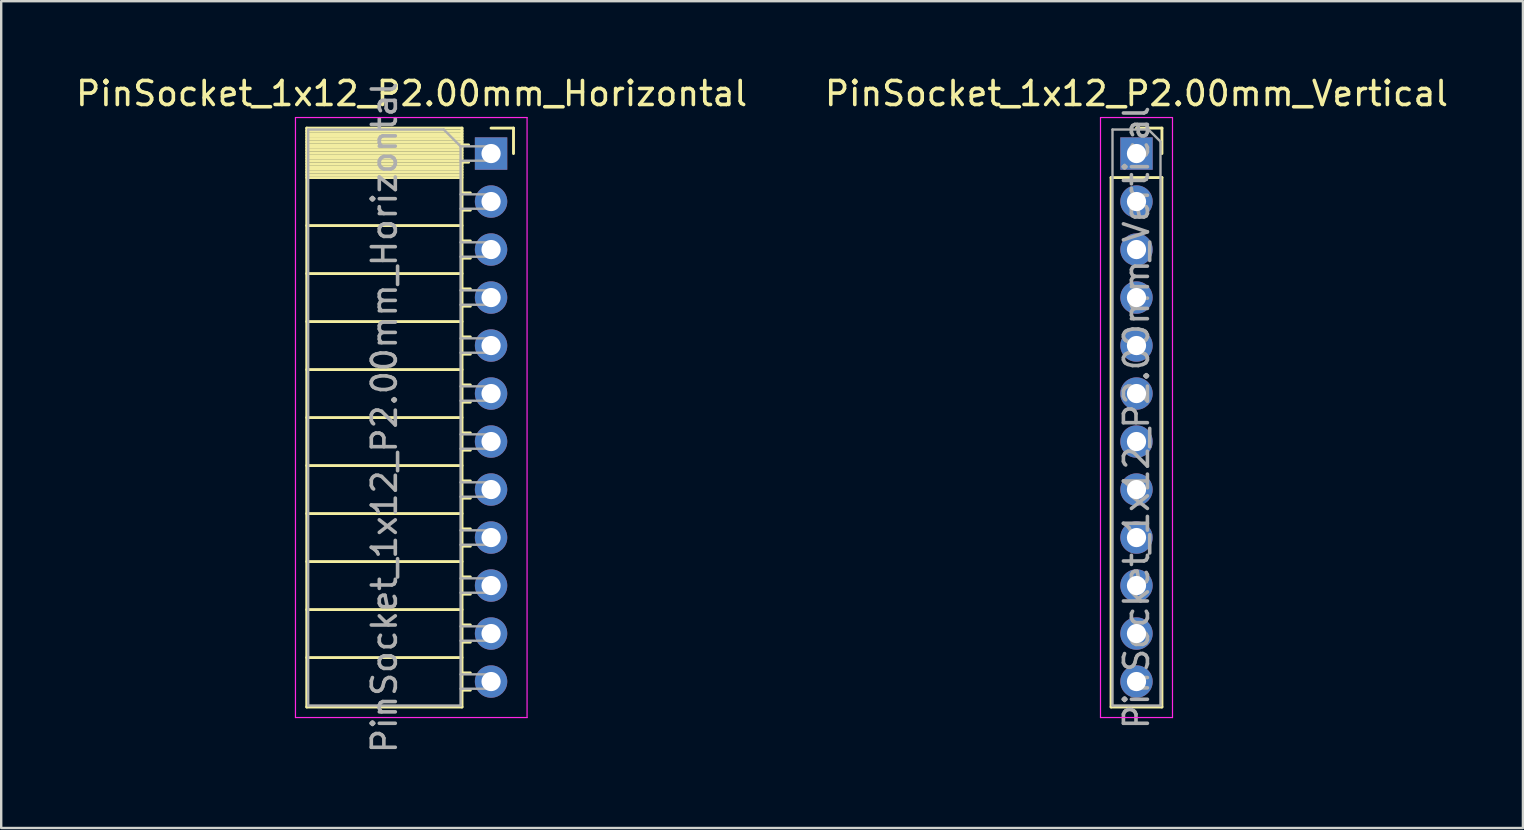
<source format=kicad_pcb>
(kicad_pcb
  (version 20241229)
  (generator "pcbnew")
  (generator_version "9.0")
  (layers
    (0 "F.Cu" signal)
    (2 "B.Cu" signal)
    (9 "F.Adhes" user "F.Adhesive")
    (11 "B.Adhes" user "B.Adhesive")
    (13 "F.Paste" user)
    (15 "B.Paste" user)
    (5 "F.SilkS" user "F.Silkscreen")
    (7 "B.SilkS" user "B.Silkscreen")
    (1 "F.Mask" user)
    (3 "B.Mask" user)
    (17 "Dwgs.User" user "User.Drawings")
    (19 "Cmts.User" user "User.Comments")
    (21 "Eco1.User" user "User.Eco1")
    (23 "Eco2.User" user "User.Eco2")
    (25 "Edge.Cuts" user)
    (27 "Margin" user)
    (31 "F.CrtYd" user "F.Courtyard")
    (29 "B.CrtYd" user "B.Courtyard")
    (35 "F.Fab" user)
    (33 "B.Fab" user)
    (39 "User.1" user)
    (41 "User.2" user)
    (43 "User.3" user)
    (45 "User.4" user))
  (footprint "PinSocket_1x12_P2.00mm_Horizontal"
    (layer "F.Cu")
    (at 17.411 3.348)
    (property "Reference" "PinSocket_1x12_P2.00mm_Horizontal" (at -3.31 -2.5 0) (layer "F.SilkS") (effects (font (size 1 1) (thickness 0.15))))
    (attr through_hole)
    (fp_line (start -7.68 -1.06) (end -7.68 23.06) (stroke (width 0.12) (type solid)) (layer "F.SilkS"))
    (fp_line (start -7.68 -1.06) (end -1.21 -1.06) (stroke (width 0.12) (type solid)) (layer "F.SilkS"))
    (fp_line (start -7.68 -0.94) (end -1.21 -0.94) (stroke (width 0.12) (type solid)) (layer "F.SilkS"))
    (fp_line (start -7.68 -0.826) (end -1.21 -0.826) (stroke (width 0.12) (type solid)) (layer "F.SilkS"))
    (fp_line (start -7.68 -0.712) (end -1.21 -0.712) (stroke (width 0.12) (type solid)) (layer "F.SilkS"))
    (fp_line (start -7.68 -0.598) (end -1.21 -0.598) (stroke (width 0.12) (type solid)) (layer "F.SilkS"))
    (fp_line (start -7.68 -0.484) (end -1.21 -0.484) (stroke (width 0.12) (type solid)) (layer "F.SilkS"))
    (fp_line (start -7.68 -0.369) (end -1.21 -0.369) (stroke (width 0.12) (type solid)) (layer "F.SilkS"))
    (fp_line (start -7.68 -0.255) (end -1.21 -0.255) (stroke (width 0.12) (type solid)) (layer "F.SilkS"))
    (fp_line (start -7.68 -0.141) (end -1.21 -0.141) (stroke (width 0.12) (type solid)) (layer "F.SilkS"))
    (fp_line (start -7.68 -0.027) (end -1.21 -0.027) (stroke (width 0.12) (type solid)) (layer "F.SilkS"))
    (fp_line (start -7.68 0.087) (end -1.21 0.087) (stroke (width 0.12) (type solid)) (layer "F.SilkS"))
    (fp_line (start -7.68 0.201) (end -1.21 0.201) (stroke (width 0.12) (type solid)) (layer "F.SilkS"))
    (fp_line (start -7.68 0.315) (end -1.21 0.315) (stroke (width 0.12) (type solid)) (layer "F.SilkS"))
    (fp_line (start -7.68 0.429) (end -1.21 0.429) (stroke (width 0.12) (type solid)) (layer "F.SilkS"))
    (fp_line (start -7.68 0.544) (end -1.21 0.544) (stroke (width 0.12) (type solid)) (layer "F.SilkS"))
    (fp_line (start -7.68 0.658) (end -1.21 0.658) (stroke (width 0.12) (type solid)) (layer "F.SilkS"))
    (fp_line (start -7.68 0.772) (end -1.21 0.772) (stroke (width 0.12) (type solid)) (layer "F.SilkS"))
    (fp_line (start -7.68 0.886) (end -1.21 0.886) (stroke (width 0.12) (type solid)) (layer "F.SilkS"))
    (fp_line (start -7.68 1) (end -1.21 1) (stroke (width 0.12) (type solid)) (layer "F.SilkS"))
    (fp_line (start -7.68 3) (end -1.21 3) (stroke (width 0.12) (type solid)) (layer "F.SilkS"))
    (fp_line (start -7.68 5) (end -1.21 5) (stroke (width 0.12) (type solid)) (layer "F.SilkS"))
    (fp_line (start -7.68 7) (end -1.21 7) (stroke (width 0.12) (type solid)) (layer "F.SilkS"))
    (fp_line (start -7.68 9) (end -1.21 9) (stroke (width 0.12) (type solid)) (layer "F.SilkS"))
    (fp_line (start -7.68 11) (end -1.21 11) (stroke (width 0.12) (type solid)) (layer "F.SilkS"))
    (fp_line (start -7.68 13) (end -1.21 13) (stroke (width 0.12) (type solid)) (layer "F.SilkS"))
    (fp_line (start -7.68 15) (end -1.21 15) (stroke (width 0.12) (type solid)) (layer "F.SilkS"))
    (fp_line (start -7.68 17) (end -1.21 17) (stroke (width 0.12) (type solid)) (layer "F.SilkS"))
    (fp_line (start -7.68 19) (end -1.21 19) (stroke (width 0.12) (type solid)) (layer "F.SilkS"))
    (fp_line (start -7.68 21) (end -1.21 21) (stroke (width 0.12) (type solid)) (layer "F.SilkS"))
    (fp_line (start -7.68 23.06) (end -1.21 23.06) (stroke (width 0.12) (type solid)) (layer "F.SilkS"))
    (fp_line (start -1.21 -1.06) (end -1.21 23.06) (stroke (width 0.12) (type solid)) (layer "F.SilkS"))
    (fp_line (start -1.21 -0.36) (end -0.935 -0.36) (stroke (width 0.12) (type solid)) (layer "F.SilkS"))
    (fp_line (start -1.21 0.36) (end -0.935 0.36) (stroke (width 0.12) (type solid)) (layer "F.SilkS"))
    (fp_line (start -1.21 1.64) (end -0.863 1.64) (stroke (width 0.12) (type solid)) (layer "F.SilkS"))
    (fp_line (start -1.21 2.36) (end -0.863 2.36) (stroke (width 0.12) (type solid)) (layer "F.SilkS"))
    (fp_line (start -1.21 3.64) (end -0.863 3.64) (stroke (width 0.12) (type solid)) (layer "F.SilkS"))
    (fp_line (start -1.21 4.36) (end -0.863 4.36) (stroke (width 0.12) (type solid)) (layer "F.SilkS"))
    (fp_line (start -1.21 5.64) (end -0.863 5.64) (stroke (width 0.12) (type solid)) (layer "F.SilkS"))
    (fp_line (start -1.21 6.36) (end -0.863 6.36) (stroke (width 0.12) (type solid)) (layer "F.SilkS"))
    (fp_line (start -1.21 7.64) (end -0.863 7.64) (stroke (width 0.12) (type solid)) (layer "F.SilkS"))
    (fp_line (start -1.21 8.36) (end -0.863 8.36) (stroke (width 0.12) (type solid)) (layer "F.SilkS"))
    (fp_line (start -1.21 9.64) (end -0.863 9.64) (stroke (width 0.12) (type solid)) (layer "F.SilkS"))
    (fp_line (start -1.21 10.36) (end -0.863 10.36) (stroke (width 0.12) (type solid)) (layer "F.SilkS"))
    (fp_line (start -1.21 11.64) (end -0.863 11.64) (stroke (width 0.12) (type solid)) (layer "F.SilkS"))
    (fp_line (start -1.21 12.36) (end -0.863 12.36) (stroke (width 0.12) (type solid)) (layer "F.SilkS"))
    (fp_line (start -1.21 13.64) (end -0.863 13.64) (stroke (width 0.12) (type solid)) (layer "F.SilkS"))
    (fp_line (start -1.21 14.36) (end -0.863 14.36) (stroke (width 0.12) (type solid)) (layer "F.SilkS"))
    (fp_line (start -1.21 15.64) (end -0.863 15.64) (stroke (width 0.12) (type solid)) (layer "F.SilkS"))
    (fp_line (start -1.21 16.36) (end -0.863 16.36) (stroke (width 0.12) (type solid)) (layer "F.SilkS"))
    (fp_line (start -1.21 17.64) (end -0.863 17.64) (stroke (width 0.12) (type solid)) (layer "F.SilkS"))
    (fp_line (start -1.21 18.36) (end -0.863 18.36) (stroke (width 0.12) (type solid)) (layer "F.SilkS"))
    (fp_line (start -1.21 19.64) (end -0.863 19.64) (stroke (width 0.12) (type solid)) (layer "F.SilkS"))
    (fp_line (start -1.21 20.36) (end -0.863 20.36) (stroke (width 0.12) (type solid)) (layer "F.SilkS"))
    (fp_line (start -1.21 21.64) (end -0.863 21.64) (stroke (width 0.12) (type solid)) (layer "F.SilkS"))
    (fp_line (start -1.21 22.36) (end -0.863 22.36) (stroke (width 0.12) (type solid)) (layer "F.SilkS"))
    (fp_line (start 0 -1.06) (end 0.935 -1.06) (stroke (width 0.12) (type solid)) (layer "F.SilkS"))
    (fp_line (start 0.935 -1.06) (end 0.935 0) (stroke (width 0.12) (type solid)) (layer "F.SilkS"))
    (fp_line (start -8.15 -1.5) (end -8.15 23.5) (stroke (width 0.05) (type solid)) (layer "F.CrtYd"))
    (fp_line (start -8.15 23.5) (end 1.5 23.5) (stroke (width 0.05) (type solid)) (layer "F.CrtYd"))
    (fp_line (start 1.5 -1.5) (end -8.15 -1.5) (stroke (width 0.05) (type solid)) (layer "F.CrtYd"))
    (fp_line (start 1.5 23.5) (end 1.5 -1.5) (stroke (width 0.05) (type solid)) (layer "F.CrtYd"))
    (fp_line (start -7.62 -1) (end -1.97 -1) (stroke (width 0.1) (type solid)) (layer "F.Fab"))
    (fp_line (start -7.62 23) (end -7.62 -1) (stroke (width 0.1) (type solid)) (layer "F.Fab"))
    (fp_line (start -1.97 -1) (end -1.27 -0.3) (stroke (width 0.1) (type solid)) (layer "F.Fab"))
    (fp_line (start -1.27 -0.3) (end -1.27 23) (stroke (width 0.1) (type solid)) (layer "F.Fab"))
    (fp_line (start -1.27 0.3) (end 0 0.3) (stroke (width 0.1) (type solid)) (layer "F.Fab"))
    (fp_line (start -1.27 2.3) (end 0 2.3) (stroke (width 0.1) (type solid)) (layer "F.Fab"))
    (fp_line (start -1.27 4.3) (end 0 4.3) (stroke (width 0.1) (type solid)) (layer "F.Fab"))
    (fp_line (start -1.27 6.3) (end 0 6.3) (stroke (width 0.1) (type solid)) (layer "F.Fab"))
    (fp_line (start -1.27 8.3) (end 0 8.3) (stroke (width 0.1) (type solid)) (layer "F.Fab"))
    (fp_line (start -1.27 10.3) (end 0 10.3) (stroke (width 0.1) (type solid)) (layer "F.Fab"))
    (fp_line (start -1.27 12.3) (end 0 12.3) (stroke (width 0.1) (type solid)) (layer "F.Fab"))
    (fp_line (start -1.27 14.3) (end 0 14.3) (stroke (width 0.1) (type solid)) (layer "F.Fab"))
    (fp_line (start -1.27 16.3) (end 0 16.3) (stroke (width 0.1) (type solid)) (layer "F.Fab"))
    (fp_line (start -1.27 18.3) (end 0 18.3) (stroke (width 0.1) (type solid)) (layer "F.Fab"))
    (fp_line (start -1.27 20.3) (end 0 20.3) (stroke (width 0.1) (type solid)) (layer "F.Fab"))
    (fp_line (start -1.27 22.3) (end 0 22.3) (stroke (width 0.1) (type solid)) (layer "F.Fab"))
    (fp_line (start -1.27 23) (end -7.62 23) (stroke (width 0.1) (type solid)) (layer "F.Fab"))
    (fp_line (start 0 -0.3) (end -1.27 -0.3) (stroke (width 0.1) (type solid)) (layer "F.Fab"))
    (fp_line (start 0 0.3) (end 0 -0.3) (stroke (width 0.1) (type solid)) (layer "F.Fab"))
    (fp_line (start 0 1.7) (end -1.27 1.7) (stroke (width 0.1) (type solid)) (layer "F.Fab"))
    (fp_line (start 0 2.3) (end 0 1.7) (stroke (width 0.1) (type solid)) (layer "F.Fab"))
    (fp_line (start 0 3.7) (end -1.27 3.7) (stroke (width 0.1) (type solid)) (layer "F.Fab"))
    (fp_line (start 0 4.3) (end 0 3.7) (stroke (width 0.1) (type solid)) (layer "F.Fab"))
    (fp_line (start 0 5.7) (end -1.27 5.7) (stroke (width 0.1) (type solid)) (layer "F.Fab"))
    (fp_line (start 0 6.3) (end 0 5.7) (stroke (width 0.1) (type solid)) (layer "F.Fab"))
    (fp_line (start 0 7.7) (end -1.27 7.7) (stroke (width 0.1) (type solid)) (layer "F.Fab"))
    (fp_line (start 0 8.3) (end 0 7.7) (stroke (width 0.1) (type solid)) (layer "F.Fab"))
    (fp_line (start 0 9.7) (end -1.27 9.7) (stroke (width 0.1) (type solid)) (layer "F.Fab"))
    (fp_line (start 0 10.3) (end 0 9.7) (stroke (width 0.1) (type solid)) (layer "F.Fab"))
    (fp_line (start 0 11.7) (end -1.27 11.7) (stroke (width 0.1) (type solid)) (layer "F.Fab"))
    (fp_line (start 0 12.3) (end 0 11.7) (stroke (width 0.1) (type solid)) (layer "F.Fab"))
    (fp_line (start 0 13.7) (end -1.27 13.7) (stroke (width 0.1) (type solid)) (layer "F.Fab"))
    (fp_line (start 0 14.3) (end 0 13.7) (stroke (width 0.1) (type solid)) (layer "F.Fab"))
    (fp_line (start 0 15.7) (end -1.27 15.7) (stroke (width 0.1) (type solid)) (layer "F.Fab"))
    (fp_line (start 0 16.3) (end 0 15.7) (stroke (width 0.1) (type solid)) (layer "F.Fab"))
    (fp_line (start 0 17.7) (end -1.27 17.7) (stroke (width 0.1) (type solid)) (layer "F.Fab"))
    (fp_line (start 0 18.3) (end 0 17.7) (stroke (width 0.1) (type solid)) (layer "F.Fab"))
    (fp_line (start 0 19.7) (end -1.27 19.7) (stroke (width 0.1) (type solid)) (layer "F.Fab"))
    (fp_line (start 0 20.3) (end 0 19.7) (stroke (width 0.1) (type solid)) (layer "F.Fab"))
    (fp_line (start 0 21.7) (end -1.27 21.7) (stroke (width 0.1) (type solid)) (layer "F.Fab"))
    (fp_line (start 0 22.3) (end 0 21.7) (stroke (width 0.1) (type solid)) (layer "F.Fab"))
    (fp_text user "${REFERENCE}" (at -4.445 11 90) (layer "F.Fab") (effects (font (size 1 1) (thickness 0.15))))
    (pad "1" thru_hole rect (at 0 0) (size 1.35 1.35) (drill 0.8) (layers "*.Cu" "*.Mask"))
    (pad "2" thru_hole oval (at 0 2) (size 1.35 1.35) (drill 0.8) (layers "*.Cu" "*.Mask"))
    (pad "3" thru_hole oval (at 0 4) (size 1.35 1.35) (drill 0.8) (layers "*.Cu" "*.Mask"))
    (pad "4" thru_hole oval (at 0 6) (size 1.35 1.35) (drill 0.8) (layers "*.Cu" "*.Mask"))
    (pad "5" thru_hole oval (at 0 8) (size 1.35 1.35) (drill 0.8) (layers "*.Cu" "*.Mask"))
    (pad "6" thru_hole oval (at 0 10) (size 1.35 1.35) (drill 0.8) (layers "*.Cu" "*.Mask"))
    (pad "7" thru_hole oval (at 0 12) (size 1.35 1.35) (drill 0.8) (layers "*.Cu" "*.Mask"))
    (pad "8" thru_hole oval (at 0 14) (size 1.35 1.35) (drill 0.8) (layers "*.Cu" "*.Mask"))
    (pad "9" thru_hole oval (at 0 16) (size 1.35 1.35) (drill 0.8) (layers "*.Cu" "*.Mask"))
    (pad "10" thru_hole oval (at 0 18) (size 1.35 1.35) (drill 0.8) (layers "*.Cu" "*.Mask"))
    (pad "11" thru_hole oval (at 0 20) (size 1.35 1.35) (drill 0.8) (layers "*.Cu" "*.Mask"))
    (pad "12" thru_hole oval (at 0 22) (size 1.35 1.35) (drill 0.8) (layers "*.Cu" "*.Mask")))
  (footprint "PinSocket_1x12_P2.00mm_Vertical"
    (layer "F.Cu")
    (at 44.304 3.348)
    (property "Reference" "PinSocket_1x12_P2.00mm_Vertical" (at 0 -2.5 0) (layer "F.SilkS") (effects (font (size 1 1) (thickness 0.15))))
    (attr through_hole)
    (fp_line (start -1.06 1) (end -1.06 23.06) (stroke (width 0.12) (type solid)) (layer "F.SilkS"))
    (fp_line (start -1.06 1) (end 1.06 1) (stroke (width 0.12) (type solid)) (layer "F.SilkS"))
    (fp_line (start -1.06 23.06) (end 1.06 23.06) (stroke (width 0.12) (type solid)) (layer "F.SilkS"))
    (fp_line (start 0 -1.06) (end 1.06 -1.06) (stroke (width 0.12) (type solid)) (layer "F.SilkS"))
    (fp_line (start 1.06 -1.06) (end 1.06 0) (stroke (width 0.12) (type solid)) (layer "F.SilkS"))
    (fp_line (start 1.06 1) (end 1.06 23.06) (stroke (width 0.12) (type solid)) (layer "F.SilkS"))
    (fp_line (start -1.5 -1.5) (end 1.5 -1.5) (stroke (width 0.05) (type solid)) (layer "F.CrtYd"))
    (fp_line (start -1.5 23.5) (end -1.5 -1.5) (stroke (width 0.05) (type solid)) (layer "F.CrtYd"))
    (fp_line (start 1.5 -1.5) (end 1.5 23.5) (stroke (width 0.05) (type solid)) (layer "F.CrtYd"))
    (fp_line (start 1.5 23.5) (end -1.5 23.5) (stroke (width 0.05) (type solid)) (layer "F.CrtYd"))
    (fp_line (start -1 -1) (end 0.5 -1) (stroke (width 0.1) (type solid)) (layer "F.Fab"))
    (fp_line (start -1 23) (end -1 -1) (stroke (width 0.1) (type solid)) (layer "F.Fab"))
    (fp_line (start 0.5 -1) (end 1 -0.5) (stroke (width 0.1) (type solid)) (layer "F.Fab"))
    (fp_line (start 1 -0.5) (end 1 23) (stroke (width 0.1) (type solid)) (layer "F.Fab"))
    (fp_line (start 1 23) (end -1 23) (stroke (width 0.1) (type solid)) (layer "F.Fab"))
    (fp_text user "${REFERENCE}" (at 0 11 90) (layer "F.Fab") (effects (font (size 1 1) (thickness 0.15))))
    (pad "1" thru_hole rect (at 0 0) (size 1.35 1.35) (drill 0.8) (layers "*.Cu" "*.Mask"))
    (pad "2" thru_hole oval (at 0 2) (size 1.35 1.35) (drill 0.8) (layers "*.Cu" "*.Mask"))
    (pad "3" thru_hole oval (at 0 4) (size 1.35 1.35) (drill 0.8) (layers "*.Cu" "*.Mask"))
    (pad "4" thru_hole oval (at 0 6) (size 1.35 1.35) (drill 0.8) (layers "*.Cu" "*.Mask"))
    (pad "5" thru_hole oval (at 0 8) (size 1.35 1.35) (drill 0.8) (layers "*.Cu" "*.Mask"))
    (pad "6" thru_hole oval (at 0 10) (size 1.35 1.35) (drill 0.8) (layers "*.Cu" "*.Mask"))
    (pad "7" thru_hole oval (at 0 12) (size 1.35 1.35) (drill 0.8) (layers "*.Cu" "*.Mask"))
    (pad "8" thru_hole oval (at 0 14) (size 1.35 1.35) (drill 0.8) (layers "*.Cu" "*.Mask"))
    (pad "9" thru_hole oval (at 0 16) (size 1.35 1.35) (drill 0.8) (layers "*.Cu" "*.Mask"))
    (pad "10" thru_hole oval (at 0 18) (size 1.35 1.35) (drill 0.8) (layers "*.Cu" "*.Mask"))
    (pad "11" thru_hole oval (at 0 20) (size 1.35 1.35) (drill 0.8) (layers "*.Cu" "*.Mask"))
    (pad "12" thru_hole oval (at 0 22) (size 1.35 1.35) (drill 0.8) (layers "*.Cu" "*.Mask")))
  (gr_rect
    (start -3 -3)
    (end 60.405 31.449)
    (stroke (width 0.1) (type default))
    (fill no)
    (layer "Edge.Cuts")))
</source>
